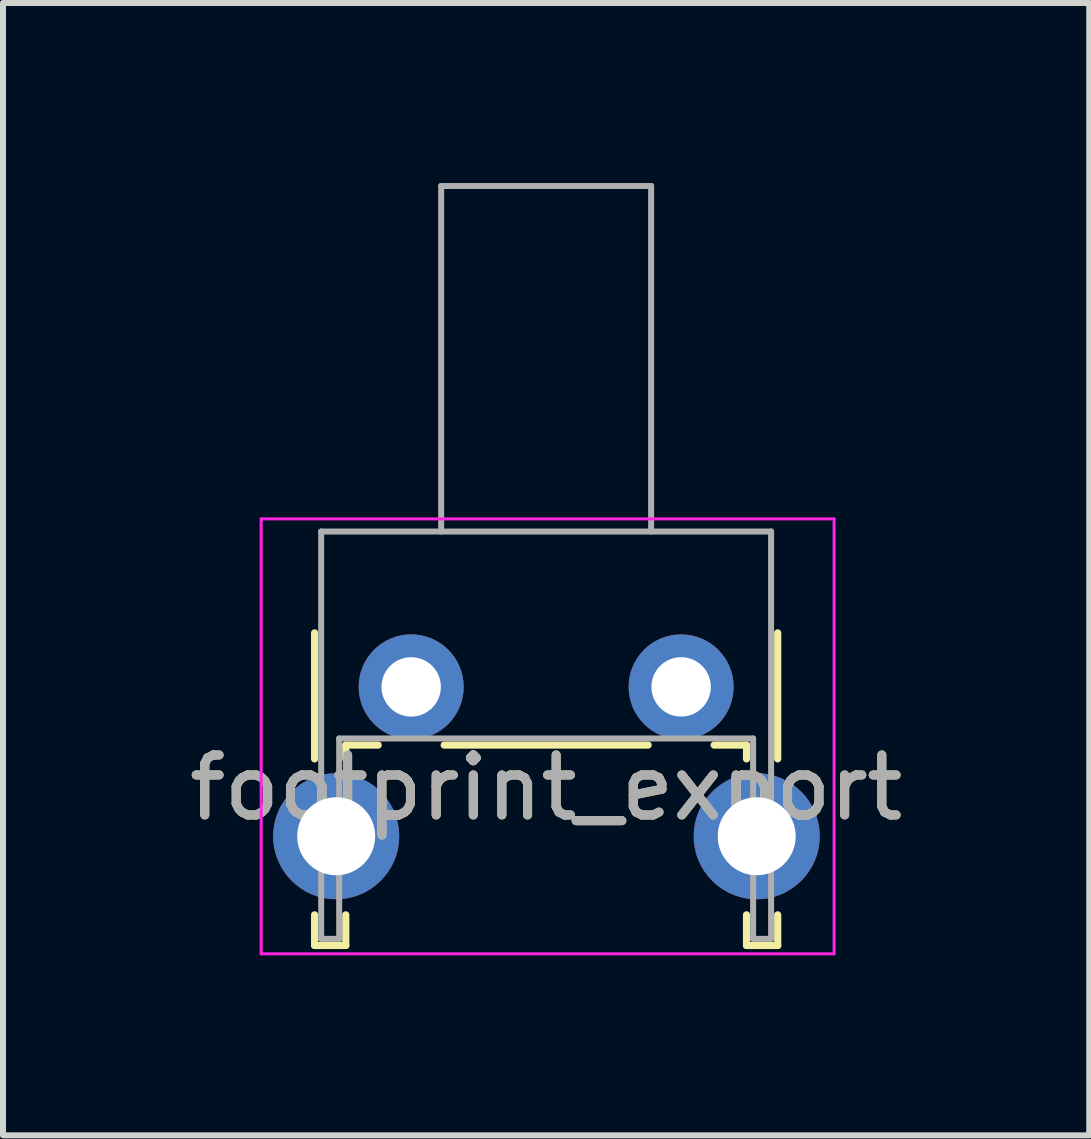
<source format=kicad_pcb>
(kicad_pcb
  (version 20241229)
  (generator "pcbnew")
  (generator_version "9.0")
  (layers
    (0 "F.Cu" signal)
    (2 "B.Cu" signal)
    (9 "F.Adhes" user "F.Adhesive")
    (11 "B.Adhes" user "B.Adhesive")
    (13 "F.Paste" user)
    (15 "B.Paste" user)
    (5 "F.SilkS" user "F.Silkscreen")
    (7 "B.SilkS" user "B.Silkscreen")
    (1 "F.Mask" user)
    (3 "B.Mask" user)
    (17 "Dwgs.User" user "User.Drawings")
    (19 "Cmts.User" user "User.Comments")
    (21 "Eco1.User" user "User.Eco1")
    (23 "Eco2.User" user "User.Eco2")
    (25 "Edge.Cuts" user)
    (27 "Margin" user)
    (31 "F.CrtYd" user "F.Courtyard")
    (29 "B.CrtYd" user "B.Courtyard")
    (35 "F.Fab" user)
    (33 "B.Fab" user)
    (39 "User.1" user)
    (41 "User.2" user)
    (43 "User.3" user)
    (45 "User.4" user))
  (footprint "footprint_export"
    (layer "F.Cu")
    (at 3.804 8.4)
    (property "Reference" "footprint_export" (at 2.25 1.68 0) (layer "F.SilkS") (effects (font (size 1 1) (thickness 0.15))))
    (attr through_hole)
    (fp_line (start -1.61 -0.9) (end -1.61 1.2) (stroke (width 0.12) (type solid)) (layer "F.SilkS"))
    (fp_line (start -1.61 3.8) (end -1.61 4.31) (stroke (width 0.12) (type solid)) (layer "F.SilkS"))
    (fp_line (start -1.61 4.31) (end -1.09 4.31) (stroke (width 0.12) (type solid)) (layer "F.SilkS"))
    (fp_line (start -1.09 0.97) (end -1.09 1.2) (stroke (width 0.12) (type solid)) (layer "F.SilkS"))
    (fp_line (start -1.09 0.97) (end -0.55 0.97) (stroke (width 0.12) (type solid)) (layer "F.SilkS"))
    (fp_line (start -1.09 3.8) (end -1.09 4.31) (stroke (width 0.12) (type solid)) (layer "F.SilkS"))
    (fp_line (start 0.55 0.97) (end 3.95 0.97) (stroke (width 0.12) (type solid)) (layer "F.SilkS"))
    (fp_line (start 5.05 0.97) (end 5.59 0.97) (stroke (width 0.12) (type solid)) (layer "F.SilkS"))
    (fp_line (start 5.59 0.97) (end 5.59 1.2) (stroke (width 0.12) (type solid)) (layer "F.SilkS"))
    (fp_line (start 5.59 3.8) (end 5.59 4.31) (stroke (width 0.12) (type solid)) (layer "F.SilkS"))
    (fp_line (start 5.59 4.31) (end 6.11 4.31) (stroke (width 0.12) (type solid)) (layer "F.SilkS"))
    (fp_line (start 6.11 -0.9) (end 6.11 1.2) (stroke (width 0.12) (type solid)) (layer "F.SilkS"))
    (fp_line (start 6.11 3.8) (end 6.11 4.31) (stroke (width 0.12) (type solid)) (layer "F.SilkS"))
    (fp_line (start -2.5 -2.8) (end 7.05 -2.8) (stroke (width 0.05) (type solid)) (layer "F.CrtYd"))
    (fp_line (start -2.5 4.45) (end -2.5 -2.8) (stroke (width 0.05) (type solid)) (layer "F.CrtYd"))
    (fp_line (start 7.05 -2.8) (end 7.05 4.45) (stroke (width 0.05) (type solid)) (layer "F.CrtYd"))
    (fp_line (start 7.05 4.45) (end -2.5 4.45) (stroke (width 0.05) (type solid)) (layer "F.CrtYd"))
    (fp_line (start -1.5 -2.59) (end 6 -2.59) (stroke (width 0.1) (type solid)) (layer "F.Fab"))
    (fp_line (start -1.5 4.2) (end -1.5 -2.59) (stroke (width 0.1) (type solid)) (layer "F.Fab"))
    (fp_line (start -1.5 4.2) (end -1.2 4.2) (stroke (width 0.1) (type solid)) (layer "F.Fab"))
    (fp_line (start -1.2 0.86) (end 5.7 0.86) (stroke (width 0.1) (type solid)) (layer "F.Fab"))
    (fp_line (start -1.2 4.2) (end -1.2 0.86) (stroke (width 0.1) (type solid)) (layer "F.Fab"))
    (fp_line (start 0.5 -8.35) (end 0.5 -2.59) (stroke (width 0.1) (type solid)) (layer "F.Fab"))
    (fp_line (start 0.5 -8.35) (end 4 -8.35) (stroke (width 0.1) (type solid)) (layer "F.Fab"))
    (fp_line (start 4 -8.35) (end 4 -2.59) (stroke (width 0.1) (type solid)) (layer "F.Fab"))
    (fp_line (start 5.7 4.2) (end 5.7 0.86) (stroke (width 0.1) (type solid)) (layer "F.Fab"))
    (fp_line (start 5.7 4.2) (end 6 4.2) (stroke (width 0.1) (type solid)) (layer "F.Fab"))
    (fp_line (start 6 4.2) (end 6 -2.59) (stroke (width 0.1) (type solid)) (layer "F.Fab"))
    (fp_text user "${REFERENCE}" (at 2.25 1.68 0) (layer "F.Fab") (effects (font (size 1 1) (thickness 0.15))))
    (pad "" thru_hole circle (at -1.25 2.49) (size 2.1 2.1) (drill 1.3) (layers "*.Cu" "*.Mask"))
    (pad "" thru_hole circle (at 5.76 2.49) (size 2.1 2.1) (drill 1.3) (layers "*.Cu" "*.Mask"))
    (pad "1" thru_hole circle (at 0 0) (size 1.75 1.75) (drill 0.99) (layers "*.Cu" "*.Mask"))
    (pad "2" thru_hole circle (at 4.5 0) (size 1.75 1.75) (drill 0.99) (layers "*.Cu" "*.Mask")))
  (gr_rect
    (start -3 -3)
    (end 15.107 15.875)
    (stroke (width 0.1) (type default))
    (fill no)
    (layer "Edge.Cuts")))
</source>
